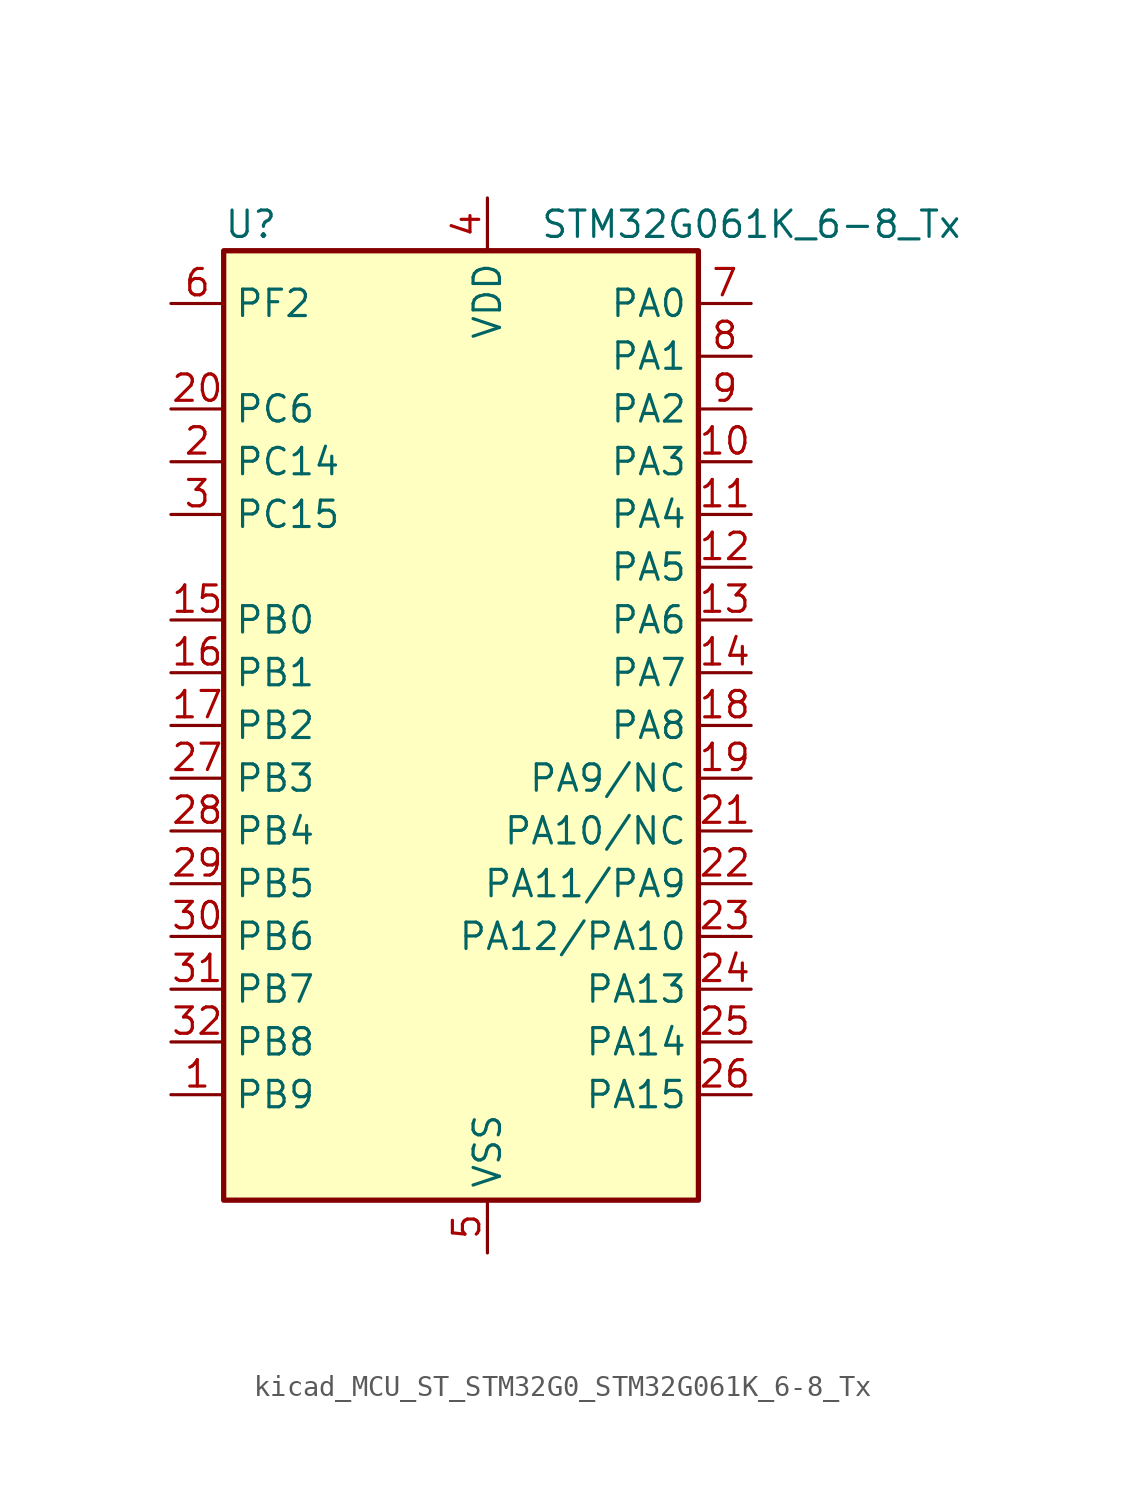
<source format=kicad_sym>
(kicad_symbol_lib
  (version 20220914)
  (generator kicad_symbol_editor)
  (symbol "kicad_MCU_ST_STM32G0_STM32G061K_6-8_Tx"
    (property "Reference" "U"
      (at -10.16 24.13 0)
      (effects (font (size 1.27 1.27)) (justify left)))
    (property "Value" "STM32G061K_6-8_Tx"
      (at 5.08 24.13 0)
      (effects (font (size 1.27 1.27)) (justify left)))
    (property "ki_locked" ""
      (at 0 0 0)
      (effects (font (size 1.27 1.27))))
    (symbol "kicad_MCU_ST_STM32G0_STM32G061K_6-8_Tx_0_1"
      (rectangle (start -10.16 -22.86) (end 12.7 22.86) (stroke (width 0.254) (type default)) (fill (type background))))
    (symbol "kicad_MCU_ST_STM32G0_STM32G061K_6-8_Tx_1_1"
      (pin bidirectional line (at -12.7 -17.78 0) (length 2.54) (name "PB9" (effects (font (size 1.27 1.27)))) (number "1" (effects (font (size 1.27 1.27)))) (alternate "DAC1_EXTI9" bidirectional line) (alternate "I2C1_SDA" bidirectional line) (alternate "IR_OUT" bidirectional line) (alternate "SPI2_NSS" bidirectional line) (alternate "TIM17_CH1" bidirectional line))
      (pin bidirectional line (at 15.24 12.7 180) (length 2.54) (name "PA3" (effects (font (size 1.27 1.27)))) (number "10" (effects (font (size 1.27 1.27)))) (alternate "ADC1_IN3" bidirectional line) (alternate "COMP2_INP" bidirectional line) (alternate "LPUART1_RX" bidirectional line) (alternate "SPI2_MISO" bidirectional line) (alternate "TIM15_CH2" bidirectional line) (alternate "TIM2_CH4" bidirectional line) (alternate "USART2_RX" bidirectional line))
      (pin bidirectional line (at 15.24 10.16 180) (length 2.54) (name "PA4" (effects (font (size 1.27 1.27)))) (number "11" (effects (font (size 1.27 1.27)))) (alternate "ADC1_IN4" bidirectional line) (alternate "DAC1_OUT1" bidirectional line) (alternate "I2S1_WS" bidirectional line) (alternate "LPTIM2_OUT" bidirectional line) (alternate "RTC_OUT1" bidirectional line) (alternate "RTC_TAMP_IN1" bidirectional line) (alternate "RTC_TS" bidirectional line) (alternate "SPI1_NSS" bidirectional line) (alternate "SPI2_MOSI" bidirectional line) (alternate "SYS_WKUP2" bidirectional line) (alternate "TIM14_CH1" bidirectional line))
      (pin bidirectional line (at 15.24 7.62 180) (length 2.54) (name "PA5" (effects (font (size 1.27 1.27)))) (number "12" (effects (font (size 1.27 1.27)))) (alternate "ADC1_IN5" bidirectional line) (alternate "DAC1_OUT2" bidirectional line) (alternate "I2S1_CK" bidirectional line) (alternate "LPTIM2_ETR" bidirectional line) (alternate "SPI1_SCK" bidirectional line) (alternate "TIM2_CH1" bidirectional line) (alternate "TIM2_ETR" bidirectional line))
      (pin bidirectional line (at 15.24 5.08 180) (length 2.54) (name "PA6" (effects (font (size 1.27 1.27)))) (number "13" (effects (font (size 1.27 1.27)))) (alternate "ADC1_IN6" bidirectional line) (alternate "COMP1_OUT" bidirectional line) (alternate "I2S1_MCK" bidirectional line) (alternate "LPUART1_CTS" bidirectional line) (alternate "SPI1_MISO" bidirectional line) (alternate "TIM16_CH1" bidirectional line) (alternate "TIM1_BK" bidirectional line) (alternate "TIM3_CH1" bidirectional line))
      (pin bidirectional line (at 15.24 2.54 180) (length 2.54) (name "PA7" (effects (font (size 1.27 1.27)))) (number "14" (effects (font (size 1.27 1.27)))) (alternate "ADC1_IN7" bidirectional line) (alternate "COMP2_OUT" bidirectional line) (alternate "I2S1_SD" bidirectional line) (alternate "SPI1_MOSI" bidirectional line) (alternate "TIM14_CH1" bidirectional line) (alternate "TIM17_CH1" bidirectional line) (alternate "TIM1_CH1N" bidirectional line) (alternate "TIM3_CH2" bidirectional line))
      (pin bidirectional line (at -12.7 5.08 0) (length 2.54) (name "PB0" (effects (font (size 1.27 1.27)))) (number "15" (effects (font (size 1.27 1.27)))) (alternate "ADC1_IN8" bidirectional line) (alternate "COMP1_OUT" bidirectional line) (alternate "I2S1_WS" bidirectional line) (alternate "LPTIM1_OUT" bidirectional line) (alternate "SPI1_NSS" bidirectional line) (alternate "TIM1_CH2N" bidirectional line) (alternate "TIM3_CH3" bidirectional line))
      (pin bidirectional line (at -12.7 2.54 0) (length 2.54) (name "PB1" (effects (font (size 1.27 1.27)))) (number "16" (effects (font (size 1.27 1.27)))) (alternate "ADC1_IN9" bidirectional line) (alternate "COMP1_INM" bidirectional line) (alternate "LPTIM2_IN1" bidirectional line) (alternate "LPUART1_DE" bidirectional line) (alternate "LPUART1_RTS" bidirectional line) (alternate "TIM14_CH1" bidirectional line) (alternate "TIM1_CH3N" bidirectional line) (alternate "TIM3_CH4" bidirectional line))
      (pin bidirectional line (at -12.7 0 0) (length 2.54) (name "PB2" (effects (font (size 1.27 1.27)))) (number "17" (effects (font (size 1.27 1.27)))) (alternate "ADC1_IN10" bidirectional line) (alternate "COMP1_INP" bidirectional line) (alternate "LPTIM1_OUT" bidirectional line) (alternate "SPI2_MISO" bidirectional line))
      (pin bidirectional line (at 15.24 0 180) (length 2.54) (name "PA8" (effects (font (size 1.27 1.27)))) (number "18" (effects (font (size 1.27 1.27)))) (alternate "LPTIM2_OUT" bidirectional line) (alternate "RCC_MCO" bidirectional line) (alternate "SPI2_NSS" bidirectional line) (alternate "TIM1_CH1" bidirectional line))
      (pin bidirectional line (at 15.24 -2.54 180) (length 2.54) (name "PA9/NC" (effects (font (size 1.27 1.27)))) (number "19" (effects (font (size 1.27 1.27)))) (alternate "DAC1_EXTI9" bidirectional line) (alternate "I2C1_SCL" bidirectional line) (alternate "RCC_MCO" bidirectional line) (alternate "SPI2_MISO" bidirectional line) (alternate "TIM15_BK" bidirectional line) (alternate "TIM1_CH2" bidirectional line) (alternate "USART1_TX" bidirectional line))
      (pin bidirectional line (at -12.7 12.7 0) (length 2.54) (name "PC14" (effects (font (size 1.27 1.27)))) (number "2" (effects (font (size 1.27 1.27)))) (alternate "RCC_OSC32_IN" bidirectional line) (alternate "RCC_OSC_IN" bidirectional line) (alternate "TIM1_BK2" bidirectional line))
      (pin bidirectional line (at -12.7 15.24 0) (length 2.54) (name "PC6" (effects (font (size 1.27 1.27)))) (number "20" (effects (font (size 1.27 1.27)))) (alternate "TIM2_CH3" bidirectional line) (alternate "TIM3_CH1" bidirectional line))
      (pin bidirectional line (at 15.24 -5.08 180) (length 2.54) (name "PA10/NC" (effects (font (size 1.27 1.27)))) (number "21" (effects (font (size 1.27 1.27)))) (alternate "I2C1_SDA" bidirectional line) (alternate "SPI2_MOSI" bidirectional line) (alternate "TIM17_BK" bidirectional line) (alternate "TIM1_CH3" bidirectional line) (alternate "USART1_RX" bidirectional line))
      (pin bidirectional line (at 15.24 -7.62 180) (length 2.54) (name "PA11/PA9" (effects (font (size 1.27 1.27)))) (number "22" (effects (font (size 1.27 1.27)))) (alternate "ADC1_EXTI11" bidirectional line) (alternate "ADC1_IN15" bidirectional line) (alternate "COMP1_OUT" bidirectional line) (alternate "I2C2_SCL" bidirectional line) (alternate "I2S1_MCK" bidirectional line) (alternate "SPI1_MISO" bidirectional line) (alternate "TIM1_BK2" bidirectional line) (alternate "TIM1_CH4" bidirectional line) (alternate "USART1_CTS" bidirectional line) (alternate "USART1_NSS" bidirectional line))
      (pin bidirectional line (at 15.24 -10.16 180) (length 2.54) (name "PA12/PA10" (effects (font (size 1.27 1.27)))) (number "23" (effects (font (size 1.27 1.27)))) (alternate "ADC1_IN16" bidirectional line) (alternate "COMP2_OUT" bidirectional line) (alternate "I2C2_SDA" bidirectional line) (alternate "I2S1_SD" bidirectional line) (alternate "I2S_CKIN" bidirectional line) (alternate "SPI1_MOSI" bidirectional line) (alternate "TIM1_ETR" bidirectional line) (alternate "USART1_CK" bidirectional line) (alternate "USART1_DE" bidirectional line) (alternate "USART1_RTS" bidirectional line))
      (pin bidirectional line (at 15.24 -12.7 180) (length 2.54) (name "PA13" (effects (font (size 1.27 1.27)))) (number "24" (effects (font (size 1.27 1.27)))) (alternate "ADC1_IN17" bidirectional line) (alternate "IR_OUT" bidirectional line) (alternate "SYS_SWDIO" bidirectional line))
      (pin bidirectional line (at 15.24 -15.24 180) (length 2.54) (name "PA14" (effects (font (size 1.27 1.27)))) (number "25" (effects (font (size 1.27 1.27)))) (alternate "ADC1_IN18" bidirectional line) (alternate "SYS_SWCLK" bidirectional line) (alternate "USART2_TX" bidirectional line))
      (pin bidirectional line (at 15.24 -17.78 180) (length 2.54) (name "PA15" (effects (font (size 1.27 1.27)))) (number "26" (effects (font (size 1.27 1.27)))) (alternate "I2S1_WS" bidirectional line) (alternate "SPI1_NSS" bidirectional line) (alternate "TIM2_CH1" bidirectional line) (alternate "TIM2_ETR" bidirectional line) (alternate "USART2_RX" bidirectional line))
      (pin bidirectional line (at -12.7 -2.54 0) (length 2.54) (name "PB3" (effects (font (size 1.27 1.27)))) (number "27" (effects (font (size 1.27 1.27)))) (alternate "COMP2_INM" bidirectional line) (alternate "I2S1_CK" bidirectional line) (alternate "SPI1_SCK" bidirectional line) (alternate "TIM1_CH2" bidirectional line) (alternate "TIM2_CH2" bidirectional line) (alternate "USART1_CK" bidirectional line) (alternate "USART1_DE" bidirectional line) (alternate "USART1_RTS" bidirectional line))
      (pin bidirectional line (at -12.7 -5.08 0) (length 2.54) (name "PB4" (effects (font (size 1.27 1.27)))) (number "28" (effects (font (size 1.27 1.27)))) (alternate "COMP2_INP" bidirectional line) (alternate "I2S1_MCK" bidirectional line) (alternate "SPI1_MISO" bidirectional line) (alternate "TIM17_BK" bidirectional line) (alternate "TIM3_CH1" bidirectional line) (alternate "USART1_CTS" bidirectional line) (alternate "USART1_NSS" bidirectional line))
      (pin bidirectional line (at -12.7 -7.62 0) (length 2.54) (name "PB5" (effects (font (size 1.27 1.27)))) (number "29" (effects (font (size 1.27 1.27)))) (alternate "COMP2_OUT" bidirectional line) (alternate "I2C1_SMBA" bidirectional line) (alternate "I2S1_SD" bidirectional line) (alternate "LPTIM1_IN1" bidirectional line) (alternate "SPI1_MOSI" bidirectional line) (alternate "SYS_WKUP6" bidirectional line) (alternate "TIM16_BK" bidirectional line) (alternate "TIM3_CH2" bidirectional line))
      (pin bidirectional line (at -12.7 10.16 0) (length 2.54) (name "PC15" (effects (font (size 1.27 1.27)))) (number "3" (effects (font (size 1.27 1.27)))) (alternate "RCC_OSC32_EN" bidirectional line) (alternate "RCC_OSC32_OUT" bidirectional line) (alternate "RCC_OSC_EN" bidirectional line) (alternate "TIM15_BK" bidirectional line))
      (pin bidirectional line (at -12.7 -10.16 0) (length 2.54) (name "PB6" (effects (font (size 1.27 1.27)))) (number "30" (effects (font (size 1.27 1.27)))) (alternate "COMP2_INP" bidirectional line) (alternate "I2C1_SCL" bidirectional line) (alternate "LPTIM1_ETR" bidirectional line) (alternate "SPI2_MISO" bidirectional line) (alternate "TIM16_CH1N" bidirectional line) (alternate "TIM1_CH3" bidirectional line) (alternate "USART1_TX" bidirectional line))
      (pin bidirectional line (at -12.7 -12.7 0) (length 2.54) (name "PB7" (effects (font (size 1.27 1.27)))) (number "31" (effects (font (size 1.27 1.27)))) (alternate "ADC1_IN11" bidirectional line) (alternate "COMP2_INM" bidirectional line) (alternate "I2C1_SDA" bidirectional line) (alternate "LPTIM1_IN2" bidirectional line) (alternate "SPI2_MOSI" bidirectional line) (alternate "SYS_PVD_IN" bidirectional line) (alternate "TIM17_CH1N" bidirectional line) (alternate "USART1_RX" bidirectional line))
      (pin bidirectional line (at -12.7 -15.24 0) (length 2.54) (name "PB8" (effects (font (size 1.27 1.27)))) (number "32" (effects (font (size 1.27 1.27)))) (alternate "I2C1_SCL" bidirectional line) (alternate "SPI2_SCK" bidirectional line) (alternate "TIM15_BK" bidirectional line) (alternate "TIM16_CH1" bidirectional line))
      (pin power_in line (at 2.54 25.4 270) (length 2.54) (name "VDD" (effects (font (size 1.27 1.27)))) (number "4" (effects (font (size 1.27 1.27)))))
      (pin power_in line (at 2.54 -25.4 90) (length 2.54) (name "VSS" (effects (font (size 1.27 1.27)))) (number "5" (effects (font (size 1.27 1.27)))))
      (pin bidirectional line (at -12.7 20.32 0) (length 2.54) (name "PF2" (effects (font (size 1.27 1.27)))) (number "6" (effects (font (size 1.27 1.27)))) (alternate "RCC_MCO" bidirectional line))
      (pin bidirectional line (at 15.24 20.32 180) (length 2.54) (name "PA0" (effects (font (size 1.27 1.27)))) (number "7" (effects (font (size 1.27 1.27)))) (alternate "ADC1_IN0" bidirectional line) (alternate "COMP1_INM" bidirectional line) (alternate "COMP1_OUT" bidirectional line) (alternate "LPTIM1_OUT" bidirectional line) (alternate "RTC_TAMP_IN2" bidirectional line) (alternate "SPI2_SCK" bidirectional line) (alternate "SYS_WKUP1" bidirectional line) (alternate "TIM2_CH1" bidirectional line) (alternate "TIM2_ETR" bidirectional line) (alternate "USART2_CTS" bidirectional line) (alternate "USART2_NSS" bidirectional line))
      (pin bidirectional line (at 15.24 17.78 180) (length 2.54) (name "PA1" (effects (font (size 1.27 1.27)))) (number "8" (effects (font (size 1.27 1.27)))) (alternate "ADC1_IN1" bidirectional line) (alternate "COMP1_INP" bidirectional line) (alternate "I2C1_SMBA" bidirectional line) (alternate "I2S1_CK" bidirectional line) (alternate "SPI1_SCK" bidirectional line) (alternate "TIM15_CH1N" bidirectional line) (alternate "TIM2_CH2" bidirectional line) (alternate "USART2_CK" bidirectional line) (alternate "USART2_DE" bidirectional line) (alternate "USART2_RTS" bidirectional line))
      (pin bidirectional line (at 15.24 15.24 180) (length 2.54) (name "PA2" (effects (font (size 1.27 1.27)))) (number "9" (effects (font (size 1.27 1.27)))) (alternate "ADC1_IN2" bidirectional line) (alternate "COMP2_INM" bidirectional line) (alternate "COMP2_OUT" bidirectional line) (alternate "I2S1_SD" bidirectional line) (alternate "LPUART1_TX" bidirectional line) (alternate "RCC_LSCO" bidirectional line) (alternate "SPI1_MOSI" bidirectional line) (alternate "SYS_WKUP4" bidirectional line) (alternate "TIM15_CH1" bidirectional line) (alternate "TIM2_CH3" bidirectional line) (alternate "USART2_TX" bidirectional line)))))
</source>
